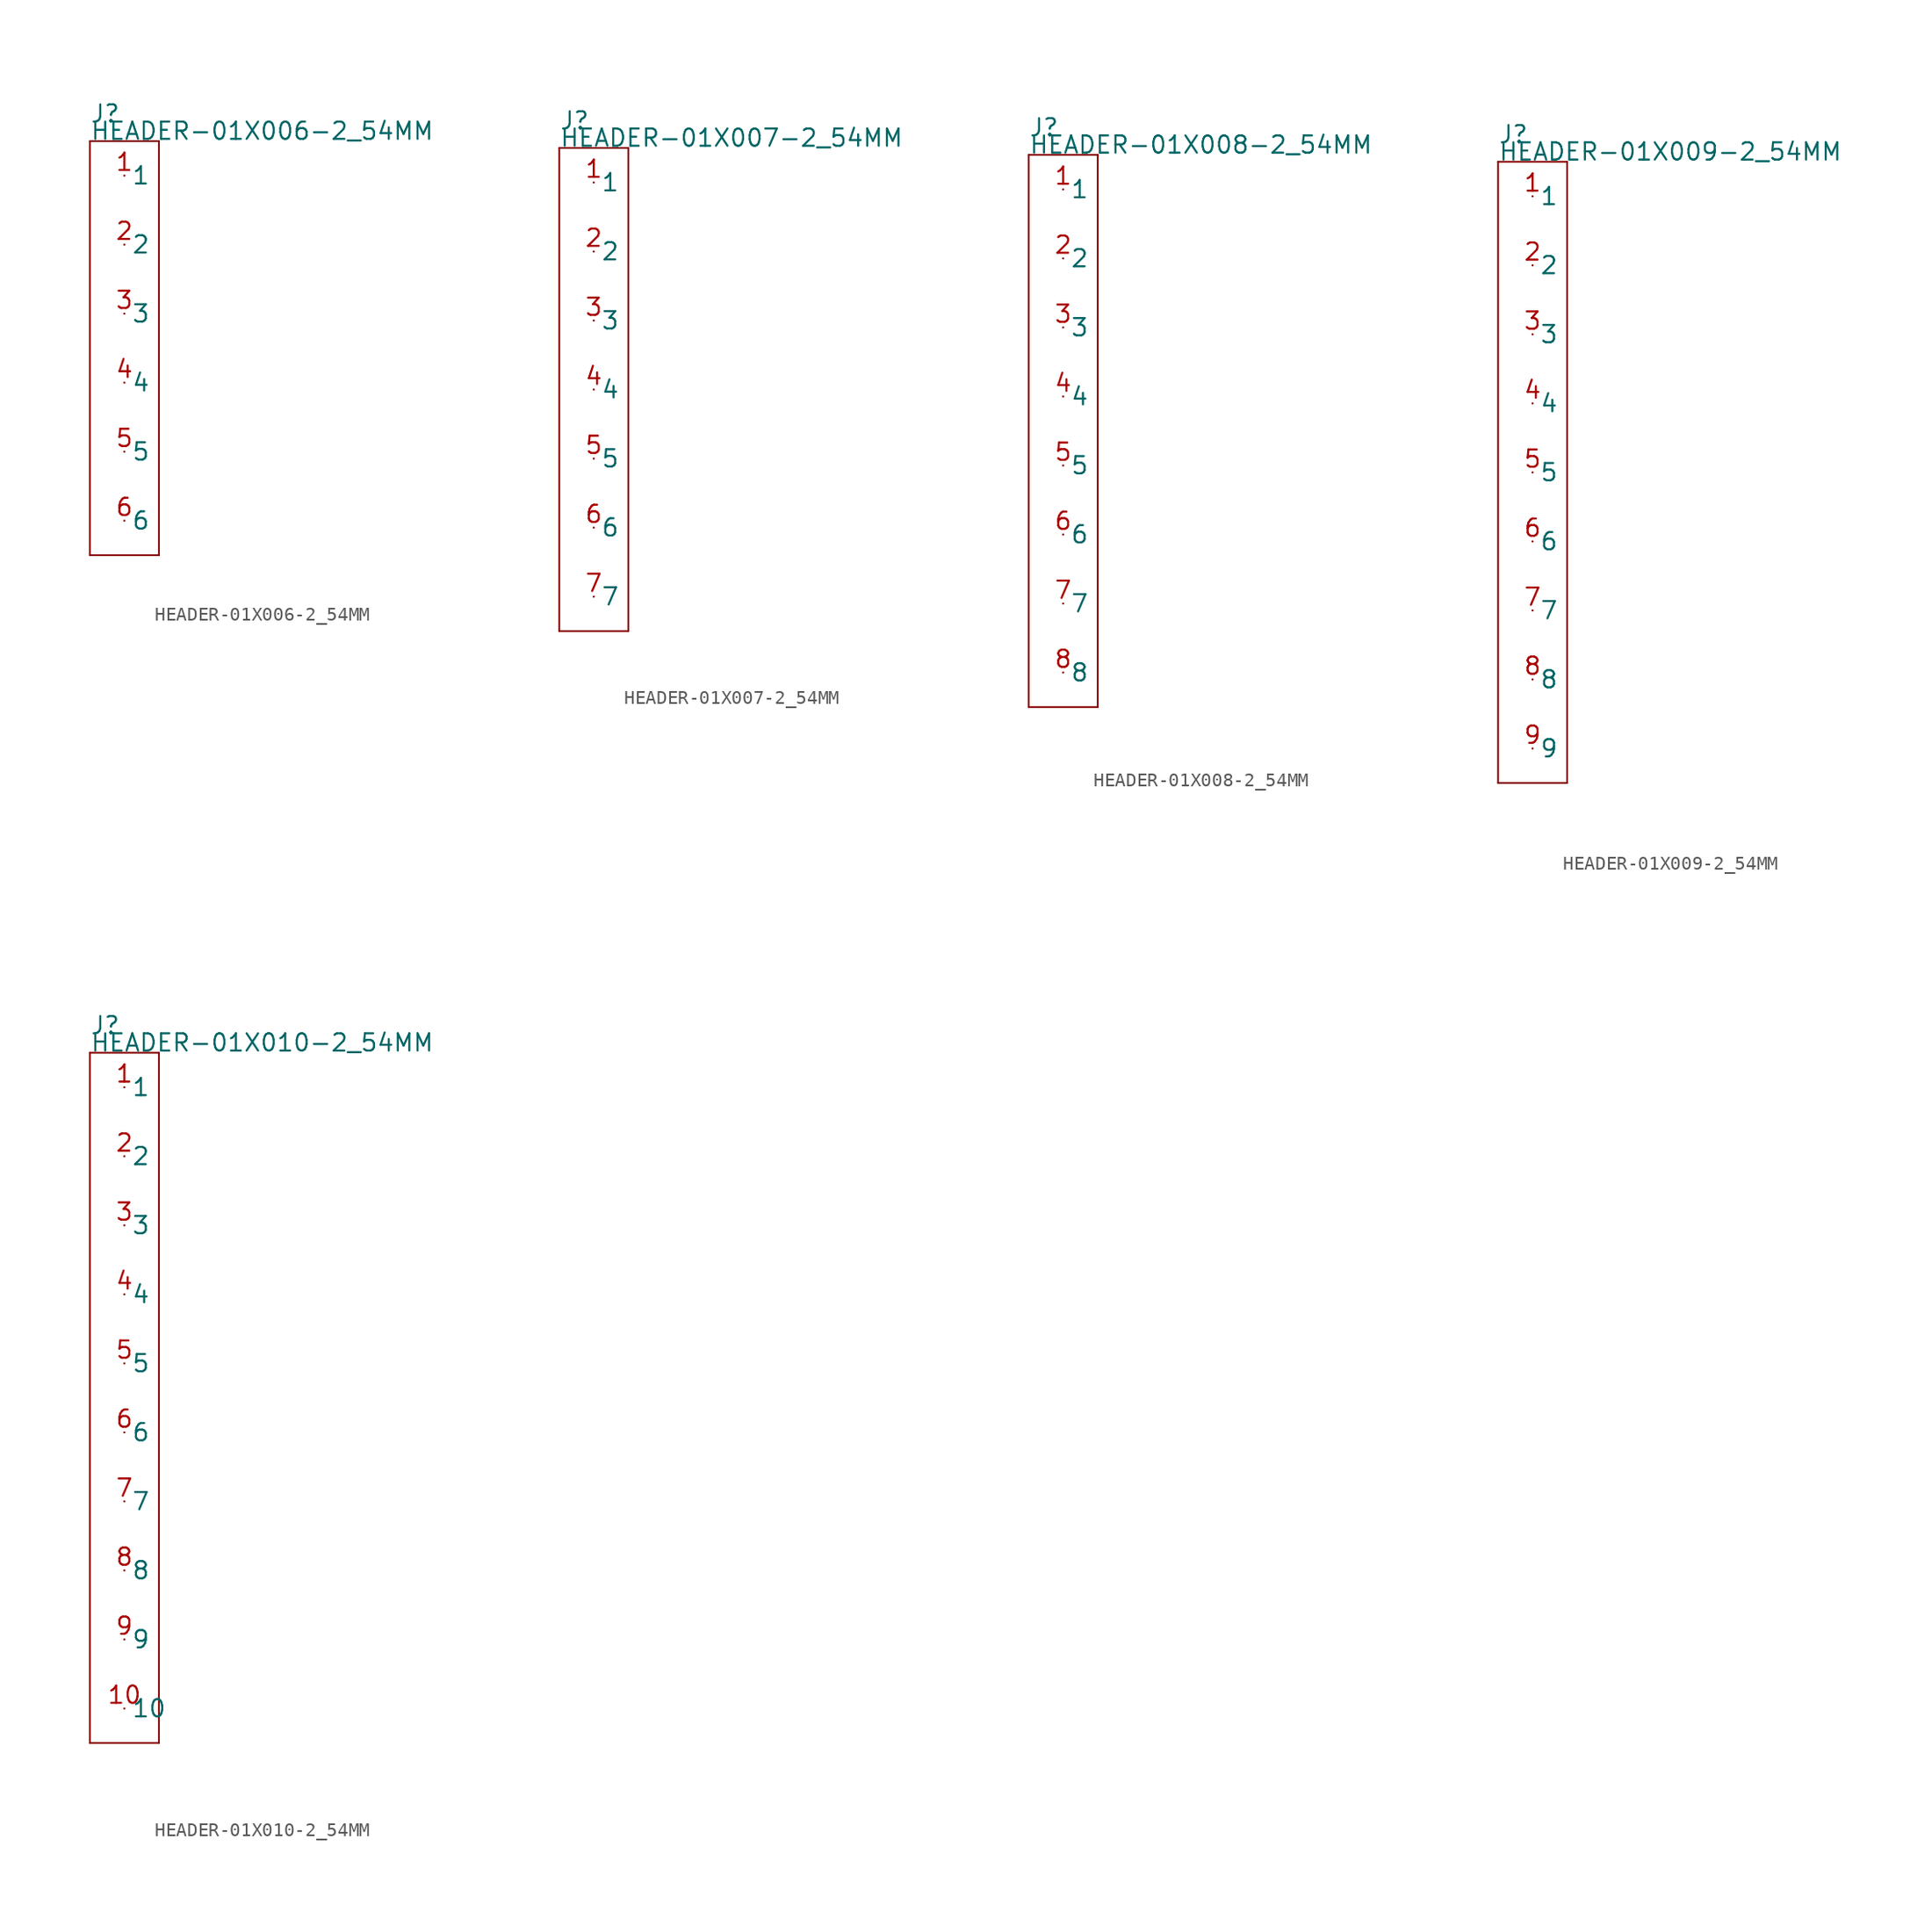
<source format=kicad_sym>
(kicad_symbol_lib
  (version 20211014)
  (generator kicad_symbol_editor)
  (symbol "HEADER-01X006-2_54MM"
    (pin_names)
    (property "Reference" "J"
      (at -2.54 16.51 0)
      (effects (font (size 1.27 1.27)) (justify left bottom)))
    (property "Value" "HEADER-01X006-2_54MM"
      (at -2.54 15.24 0)
      (effects (font (size 1.27 1.27)) (justify left bottom)))
    (property "Datasheet" ""
      (at 0 0 0))
    (property "ki_description" "Header 1x6  - Header Vertical 6POS 2.54MM Technical Specifications: Pitch: 0.1\" (2.54mm) "
      (at 0 0 0))
    (property "ki_fp_filters" "FlashPCB_Connectors:HEADER-THT-01X006-2_54MM FlashPCB_Connectors:HEADER-THT-LONG-01X006-2_54MM FlashPCB_Connectors:HEADER-THT-NOSILK-01X006-2_54MM FlashPCB_Connectors:HEADER-THT-LONG-NOSILK-01X006-2_54MM"
      (at 0 0 0))
    (symbol "HEADER-01X006-2_54MM_1_1"
      (polyline (pts (xy -2.54 15.24) (xy 2.54 15.24)) (stroke (width 0.127)) (fill (type none)))
      (polyline (pts (xy 2.54 15.24) (xy 2.54 -15.24)) (stroke (width 0.127)) (fill (type none)))
      (polyline (pts (xy 2.54 -15.24) (xy -2.54 -15.24)) (stroke (width 0.127)) (fill (type none)))
      (polyline (pts (xy -2.54 -15.24) (xy -2.54 15.24)) (stroke (width 0.127)) (fill (type none)))
      (pin bidirectional line (at 0 12.7 0) (length 0) (name "1" (effects (font (size 1.27 1.27)))) (number "1" (effects (font (size 1.27 1.27)))))
      (pin bidirectional line (at 0 7.62 0) (length 0) (name "2" (effects (font (size 1.27 1.27)))) (number "2" (effects (font (size 1.27 1.27)))))
      (pin bidirectional line (at 0 2.54 0) (length 0) (name "3" (effects (font (size 1.27 1.27)))) (number "3" (effects (font (size 1.27 1.27)))))
      (pin bidirectional line (at 0 -2.54 0) (length 0) (name "4" (effects (font (size 1.27 1.27)))) (number "4" (effects (font (size 1.27 1.27)))))
      (pin bidirectional line (at 0 -7.62 0) (length 0) (name "5" (effects (font (size 1.27 1.27)))) (number "5" (effects (font (size 1.27 1.27)))))
      (pin bidirectional line (at 0 -12.7 0) (length 0) (name "6" (effects (font (size 1.27 1.27)))) (number "6" (effects (font (size 1.27 1.27)))))))
  (symbol "HEADER-01X007-2_54MM"
    (pin_names)
    (property "Reference" "J"
      (at -2.54 19.05 0)
      (effects (font (size 1.27 1.27)) (justify left bottom)))
    (property "Value" "HEADER-01X007-2_54MM"
      (at -2.54 17.78 0)
      (effects (font (size 1.27 1.27)) (justify left bottom)))
    (property "Datasheet" ""
      (at 0 0 0))
    (property "ki_description" "Header 1x7  - Header Vertical 7POS 2.54MM Technical Specifications: Pitch: 0.1\" (2.54mm) "
      (at 0 0 0))
    (property "ki_fp_filters" "FlashPCB_Connectors:HEADER-THT-01X007-2_54MM FlashPCB_Connectors:HEADER-THT-LONG-01X007-2_54MM FlashPCB_Connectors:HEADER-THT-NOSILK-01X007-2_54MM FlashPCB_Connectors:HEADER-THT-LONG-NOSILK-01X007-2_54MM"
      (at 0 0 0))
    (symbol "HEADER-01X007-2_54MM_1_1"
      (polyline (pts (xy -2.54 17.78) (xy 2.54 17.78)) (stroke (width 0.127)) (fill (type none)))
      (polyline (pts (xy 2.54 17.78) (xy 2.54 -17.78)) (stroke (width 0.127)) (fill (type none)))
      (polyline (pts (xy 2.54 -17.78) (xy -2.54 -17.78)) (stroke (width 0.127)) (fill (type none)))
      (polyline (pts (xy -2.54 -17.78) (xy -2.54 17.78)) (stroke (width 0.127)) (fill (type none)))
      (pin bidirectional line (at 0 15.24 0) (length 0) (name "1" (effects (font (size 1.27 1.27)))) (number "1" (effects (font (size 1.27 1.27)))))
      (pin bidirectional line (at 0 10.16 0) (length 0) (name "2" (effects (font (size 1.27 1.27)))) (number "2" (effects (font (size 1.27 1.27)))))
      (pin bidirectional line (at 0 5.08 0) (length 0) (name "3" (effects (font (size 1.27 1.27)))) (number "3" (effects (font (size 1.27 1.27)))))
      (pin bidirectional line (at 0 0 0) (length 0) (name "4" (effects (font (size 1.27 1.27)))) (number "4" (effects (font (size 1.27 1.27)))))
      (pin bidirectional line (at 0 -5.08 0) (length 0) (name "5" (effects (font (size 1.27 1.27)))) (number "5" (effects (font (size 1.27 1.27)))))
      (pin bidirectional line (at 0 -10.16 0) (length 0) (name "6" (effects (font (size 1.27 1.27)))) (number "6" (effects (font (size 1.27 1.27)))))
      (pin bidirectional line (at 0 -15.24 0) (length 0) (name "7" (effects (font (size 1.27 1.27)))) (number "7" (effects (font (size 1.27 1.27)))))))
  (symbol "HEADER-01X008-2_54MM"
    (pin_names)
    (property "Reference" "J"
      (at -2.54 21.59 0)
      (effects (font (size 1.27 1.27)) (justify left bottom)))
    (property "Value" "HEADER-01X008-2_54MM"
      (at -2.54 20.32 0)
      (effects (font (size 1.27 1.27)) (justify left bottom)))
    (property "Datasheet" ""
      (at 0 0 0))
    (property "ki_description" "Header 1x8  - Header Vertical 8POS 2.54MM Technical Specifications: Pitch: 0.1\" (2.54mm) "
      (at 0 0 0))
    (property "ki_fp_filters" "FlashPCB_Connectors:HEADER-THT-01X008-2_54MM FlashPCB_Connectors:HEADER-THT-LONG-01X008-2_54MM FlashPCB_Connectors:HEADER-THT-NOSILK-01X008-2_54MM FlashPCB_Connectors:HEADER-THT-LONG-NOSILK-01X008-2_54MM"
      (at 0 0 0))
    (symbol "HEADER-01X008-2_54MM_1_1"
      (polyline (pts (xy -2.54 20.32) (xy 2.54 20.32)) (stroke (width 0.127)) (fill (type none)))
      (polyline (pts (xy 2.54 20.32) (xy 2.54 -20.32)) (stroke (width 0.127)) (fill (type none)))
      (polyline (pts (xy 2.54 -20.32) (xy -2.54 -20.32)) (stroke (width 0.127)) (fill (type none)))
      (polyline (pts (xy -2.54 -20.32) (xy -2.54 20.32)) (stroke (width 0.127)) (fill (type none)))
      (pin bidirectional line (at 0 17.78 0) (length 0) (name "1" (effects (font (size 1.27 1.27)))) (number "1" (effects (font (size 1.27 1.27)))))
      (pin bidirectional line (at 0 12.7 0) (length 0) (name "2" (effects (font (size 1.27 1.27)))) (number "2" (effects (font (size 1.27 1.27)))))
      (pin bidirectional line (at 0 7.62 0) (length 0) (name "3" (effects (font (size 1.27 1.27)))) (number "3" (effects (font (size 1.27 1.27)))))
      (pin bidirectional line (at 0 2.54 0) (length 0) (name "4" (effects (font (size 1.27 1.27)))) (number "4" (effects (font (size 1.27 1.27)))))
      (pin bidirectional line (at 0 -2.54 0) (length 0) (name "5" (effects (font (size 1.27 1.27)))) (number "5" (effects (font (size 1.27 1.27)))))
      (pin bidirectional line (at 0 -7.62 0) (length 0) (name "6" (effects (font (size 1.27 1.27)))) (number "6" (effects (font (size 1.27 1.27)))))
      (pin bidirectional line (at 0 -12.7 0) (length 0) (name "7" (effects (font (size 1.27 1.27)))) (number "7" (effects (font (size 1.27 1.27)))))
      (pin bidirectional line (at 0 -17.78 0) (length 0) (name "8" (effects (font (size 1.27 1.27)))) (number "8" (effects (font (size 1.27 1.27)))))))
  (symbol "HEADER-01X009-2_54MM"
    (pin_names)
    (property "Reference" "J"
      (at -2.54 24.13 0)
      (effects (font (size 1.27 1.27)) (justify left bottom)))
    (property "Value" "HEADER-01X009-2_54MM"
      (at -2.54 22.86 0)
      (effects (font (size 1.27 1.27)) (justify left bottom)))
    (property "Datasheet" ""
      (at 0 0 0))
    (property "ki_description" "Header 1x9  - Header Vertical 9POS 2.54MM Technical Specifications: Pitch: 0.1\" (2.54mm) "
      (at 0 0 0))
    (property "ki_fp_filters" "FlashPCB_Connectors:HEADER-THT-01X009-2_54MM FlashPCB_Connectors:HEADER-THT-LONG-01X009-2_54MM FlashPCB_Connectors:HEADER-THT-NOSILK-01X009-2_54MM FlashPCB_Connectors:HEADER-THT-LONG-NOSILK-01X009-2_54MM"
      (at 0 0 0))
    (symbol "HEADER-01X009-2_54MM_1_1"
      (polyline (pts (xy -2.54 22.86) (xy 2.54 22.86)) (stroke (width 0.127)) (fill (type none)))
      (polyline (pts (xy 2.54 22.86) (xy 2.54 -22.86)) (stroke (width 0.127)) (fill (type none)))
      (polyline (pts (xy 2.54 -22.86) (xy -2.54 -22.86)) (stroke (width 0.127)) (fill (type none)))
      (polyline (pts (xy -2.54 -22.86) (xy -2.54 22.86)) (stroke (width 0.127)) (fill (type none)))
      (pin bidirectional line (at 0 20.32 0) (length 0) (name "1" (effects (font (size 1.27 1.27)))) (number "1" (effects (font (size 1.27 1.27)))))
      (pin bidirectional line (at 0 15.24 0) (length 0) (name "2" (effects (font (size 1.27 1.27)))) (number "2" (effects (font (size 1.27 1.27)))))
      (pin bidirectional line (at 0 10.16 0) (length 0) (name "3" (effects (font (size 1.27 1.27)))) (number "3" (effects (font (size 1.27 1.27)))))
      (pin bidirectional line (at 0 5.08 0) (length 0) (name "4" (effects (font (size 1.27 1.27)))) (number "4" (effects (font (size 1.27 1.27)))))
      (pin bidirectional line (at 0 0 0) (length 0) (name "5" (effects (font (size 1.27 1.27)))) (number "5" (effects (font (size 1.27 1.27)))))
      (pin bidirectional line (at 0 -5.08 0) (length 0) (name "6" (effects (font (size 1.27 1.27)))) (number "6" (effects (font (size 1.27 1.27)))))
      (pin bidirectional line (at 0 -10.16 0) (length 0) (name "7" (effects (font (size 1.27 1.27)))) (number "7" (effects (font (size 1.27 1.27)))))
      (pin bidirectional line (at 0 -15.24 0) (length 0) (name "8" (effects (font (size 1.27 1.27)))) (number "8" (effects (font (size 1.27 1.27)))))
      (pin bidirectional line (at 0 -20.32 0) (length 0) (name "9" (effects (font (size 1.27 1.27)))) (number "9" (effects (font (size 1.27 1.27)))))))
  (symbol "HEADER-01X010-2_54MM"
    (pin_names)
    (property "Reference" "J"
      (at -2.54 26.67 0)
      (effects (font (size 1.27 1.27)) (justify left bottom)))
    (property "Value" "HEADER-01X010-2_54MM"
      (at -2.54 25.4 0)
      (effects (font (size 1.27 1.27)) (justify left bottom)))
    (property "Datasheet" ""
      (at 0 0 0))
    (property "ki_description" "Header 1x10  - Header Vertical 10POS 2.54MM Technical Specifications: Pitch: 0.1\" (2.54mm) "
      (at 0 0 0))
    (property "ki_fp_filters" "FlashPCB_Connectors:HEADER-THT-01X010-2_54MM FlashPCB_Connectors:HEADER-THT-LONG-01X010-2_54MM FlashPCB_Connectors:HEADER-THT-NOSILK-01X010-2_54MM FlashPCB_Connectors:HEADER-THT-LONG-NOSILK-01X010-2_54MM"
      (at 0 0 0))
    (symbol "HEADER-01X010-2_54MM_1_1"
      (polyline (pts (xy -2.54 25.4) (xy 2.54 25.4)) (stroke (width 0.127)) (fill (type none)))
      (polyline (pts (xy 2.54 25.4) (xy 2.54 -25.4)) (stroke (width 0.127)) (fill (type none)))
      (polyline (pts (xy 2.54 -25.4) (xy -2.54 -25.4)) (stroke (width 0.127)) (fill (type none)))
      (polyline (pts (xy -2.54 -25.4) (xy -2.54 25.4)) (stroke (width 0.127)) (fill (type none)))
      (pin bidirectional line (at 0 22.86 0) (length 0) (name "1" (effects (font (size 1.27 1.27)))) (number "1" (effects (font (size 1.27 1.27)))))
      (pin bidirectional line (at 0 17.78 0) (length 0) (name "2" (effects (font (size 1.27 1.27)))) (number "2" (effects (font (size 1.27 1.27)))))
      (pin bidirectional line (at 0 12.7 0) (length 0) (name "3" (effects (font (size 1.27 1.27)))) (number "3" (effects (font (size 1.27 1.27)))))
      (pin bidirectional line (at 0 7.62 0) (length 0) (name "4" (effects (font (size 1.27 1.27)))) (number "4" (effects (font (size 1.27 1.27)))))
      (pin bidirectional line (at 0 2.54 0) (length 0) (name "5" (effects (font (size 1.27 1.27)))) (number "5" (effects (font (size 1.27 1.27)))))
      (pin bidirectional line (at 0 -2.54 0) (length 0) (name "6" (effects (font (size 1.27 1.27)))) (number "6" (effects (font (size 1.27 1.27)))))
      (pin bidirectional line (at 0 -7.62 0) (length 0) (name "7" (effects (font (size 1.27 1.27)))) (number "7" (effects (font (size 1.27 1.27)))))
      (pin bidirectional line (at 0 -12.7 0) (length 0) (name "8" (effects (font (size 1.27 1.27)))) (number "8" (effects (font (size 1.27 1.27)))))
      (pin bidirectional line (at 0 -17.78 0) (length 0) (name "9" (effects (font (size 1.27 1.27)))) (number "9" (effects (font (size 1.27 1.27)))))
      (pin bidirectional line (at 0 -22.86 0) (length 0) (name "10" (effects (font (size 1.27 1.27)))) (number "10" (effects (font (size 1.27 1.27))))))))
</source>
